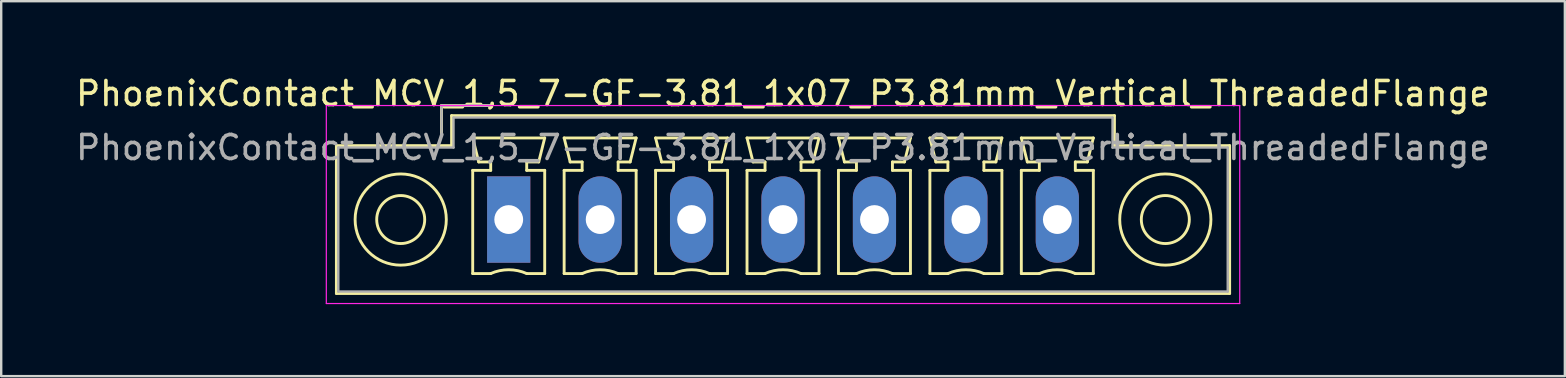
<source format=kicad_pcb>
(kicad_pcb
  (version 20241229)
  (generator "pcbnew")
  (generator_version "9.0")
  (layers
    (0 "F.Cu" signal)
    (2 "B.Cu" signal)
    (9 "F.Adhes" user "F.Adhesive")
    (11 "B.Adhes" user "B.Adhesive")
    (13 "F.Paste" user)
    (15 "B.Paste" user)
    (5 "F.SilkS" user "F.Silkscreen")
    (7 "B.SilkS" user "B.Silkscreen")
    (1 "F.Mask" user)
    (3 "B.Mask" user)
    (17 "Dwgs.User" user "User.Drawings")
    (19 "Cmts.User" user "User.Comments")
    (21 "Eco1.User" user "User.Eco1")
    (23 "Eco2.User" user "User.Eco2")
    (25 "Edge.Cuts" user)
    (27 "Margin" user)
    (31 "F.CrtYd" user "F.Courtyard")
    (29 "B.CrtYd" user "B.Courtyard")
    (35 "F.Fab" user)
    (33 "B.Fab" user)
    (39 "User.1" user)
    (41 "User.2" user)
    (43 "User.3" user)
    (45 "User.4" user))
  (footprint "PhoenixContact_MCV_1,5_7-GF-3.81_1x07_P3.81mm_Vertical_ThreadedFlange"
    (layer "F.Cu")
    (at 18.147 6.098)
    (property "Reference" "PhoenixContact_MCV_1,5_7-GF-3.81_1x07_P3.81mm_Vertical_ThreadedFlange" (at 11.43 -5.25 0) (layer "F.SilkS") (effects (font (size 1 1) (thickness 0.15))))
    (attr through_hole)
    (fp_line (start -7.18 -3.08) (end -7.18 3.08) (stroke (width 0.12) (type solid)) (layer "F.SilkS"))
    (fp_line (start -7.18 3.08) (end 30.04 3.08) (stroke (width 0.12) (type solid)) (layer "F.SilkS"))
    (fp_line (start -2.8 -4.75) (end -0.8 -4.75) (stroke (width 0.12) (type solid)) (layer "F.SilkS"))
    (fp_line (start -2.8 -3.5) (end -2.8 -4.75) (stroke (width 0.12) (type solid)) (layer "F.SilkS"))
    (fp_line (start -2.38 -4.33) (end -2.38 -3.08) (stroke (width 0.12) (type solid)) (layer "F.SilkS"))
    (fp_line (start -2.38 -3.08) (end -7.18 -3.08) (stroke (width 0.12) (type solid)) (layer "F.SilkS"))
    (fp_line (start -1.5 -3.4) (end 1.5 -3.4) (stroke (width 0.12) (type solid)) (layer "F.SilkS"))
    (fp_line (start -1.5 -2.05) (end -0.75 -2.05) (stroke (width 0.12) (type solid)) (layer "F.SilkS"))
    (fp_line (start -1.5 2.25) (end -1.5 -2.05) (stroke (width 0.12) (type solid)) (layer "F.SilkS"))
    (fp_line (start -1.25 -2.4) (end -1.5 -3.4) (stroke (width 0.12) (type solid)) (layer "F.SilkS"))
    (fp_line (start -0.75 -2.4) (end -1.25 -2.4) (stroke (width 0.12) (type solid)) (layer "F.SilkS"))
    (fp_line (start -0.75 -2.05) (end -0.75 -2.4) (stroke (width 0.12) (type solid)) (layer "F.SilkS"))
    (fp_line (start -0.75 2.25) (end -1.5 2.25) (stroke (width 0.12) (type solid)) (layer "F.SilkS"))
    (fp_line (start 0.75 -2.4) (end 0.75 -2.05) (stroke (width 0.12) (type solid)) (layer "F.SilkS"))
    (fp_line (start 0.75 -2.05) (end 1.5 -2.05) (stroke (width 0.12) (type solid)) (layer "F.SilkS"))
    (fp_line (start 1.25 -2.4) (end 0.75 -2.4) (stroke (width 0.12) (type solid)) (layer "F.SilkS"))
    (fp_line (start 1.5 -3.4) (end 1.25 -2.4) (stroke (width 0.12) (type solid)) (layer "F.SilkS"))
    (fp_line (start 1.5 -2.05) (end 1.5 2.25) (stroke (width 0.12) (type solid)) (layer "F.SilkS"))
    (fp_line (start 1.5 2.25) (end 0.75 2.25) (stroke (width 0.12) (type solid)) (layer "F.SilkS"))
    (fp_line (start 2.31 -3.4) (end 5.31 -3.4) (stroke (width 0.12) (type solid)) (layer "F.SilkS"))
    (fp_line (start 2.31 -2.05) (end 3.06 -2.05) (stroke (width 0.12) (type solid)) (layer "F.SilkS"))
    (fp_line (start 2.31 2.25) (end 2.31 -2.05) (stroke (width 0.12) (type solid)) (layer "F.SilkS"))
    (fp_line (start 2.56 -2.4) (end 2.31 -3.4) (stroke (width 0.12) (type solid)) (layer "F.SilkS"))
    (fp_line (start 3.06 -2.4) (end 2.56 -2.4) (stroke (width 0.12) (type solid)) (layer "F.SilkS"))
    (fp_line (start 3.06 -2.05) (end 3.06 -2.4) (stroke (width 0.12) (type solid)) (layer "F.SilkS"))
    (fp_line (start 3.06 2.25) (end 2.31 2.25) (stroke (width 0.12) (type solid)) (layer "F.SilkS"))
    (fp_line (start 4.56 -2.4) (end 4.56 -2.05) (stroke (width 0.12) (type solid)) (layer "F.SilkS"))
    (fp_line (start 4.56 -2.05) (end 5.31 -2.05) (stroke (width 0.12) (type solid)) (layer "F.SilkS"))
    (fp_line (start 5.06 -2.4) (end 4.56 -2.4) (stroke (width 0.12) (type solid)) (layer "F.SilkS"))
    (fp_line (start 5.31 -3.4) (end 5.06 -2.4) (stroke (width 0.12) (type solid)) (layer "F.SilkS"))
    (fp_line (start 5.31 -2.05) (end 5.31 2.25) (stroke (width 0.12) (type solid)) (layer "F.SilkS"))
    (fp_line (start 5.31 2.25) (end 4.56 2.25) (stroke (width 0.12) (type solid)) (layer "F.SilkS"))
    (fp_line (start 6.12 -3.4) (end 9.12 -3.4) (stroke (width 0.12) (type solid)) (layer "F.SilkS"))
    (fp_line (start 6.12 -2.05) (end 6.87 -2.05) (stroke (width 0.12) (type solid)) (layer "F.SilkS"))
    (fp_line (start 6.12 2.25) (end 6.12 -2.05) (stroke (width 0.12) (type solid)) (layer "F.SilkS"))
    (fp_line (start 6.37 -2.4) (end 6.12 -3.4) (stroke (width 0.12) (type solid)) (layer "F.SilkS"))
    (fp_line (start 6.87 -2.4) (end 6.37 -2.4) (stroke (width 0.12) (type solid)) (layer "F.SilkS"))
    (fp_line (start 6.87 -2.05) (end 6.87 -2.4) (stroke (width 0.12) (type solid)) (layer "F.SilkS"))
    (fp_line (start 6.87 2.25) (end 6.12 2.25) (stroke (width 0.12) (type solid)) (layer "F.SilkS"))
    (fp_line (start 8.37 -2.4) (end 8.37 -2.05) (stroke (width 0.12) (type solid)) (layer "F.SilkS"))
    (fp_line (start 8.37 -2.05) (end 9.12 -2.05) (stroke (width 0.12) (type solid)) (layer "F.SilkS"))
    (fp_line (start 8.87 -2.4) (end 8.37 -2.4) (stroke (width 0.12) (type solid)) (layer "F.SilkS"))
    (fp_line (start 9.12 -3.4) (end 8.87 -2.4) (stroke (width 0.12) (type solid)) (layer "F.SilkS"))
    (fp_line (start 9.12 -2.05) (end 9.12 2.25) (stroke (width 0.12) (type solid)) (layer "F.SilkS"))
    (fp_line (start 9.12 2.25) (end 8.37 2.25) (stroke (width 0.12) (type solid)) (layer "F.SilkS"))
    (fp_line (start 9.93 -3.4) (end 12.93 -3.4) (stroke (width 0.12) (type solid)) (layer "F.SilkS"))
    (fp_line (start 9.93 -2.05) (end 10.68 -2.05) (stroke (width 0.12) (type solid)) (layer "F.SilkS"))
    (fp_line (start 9.93 2.25) (end 9.93 -2.05) (stroke (width 0.12) (type solid)) (layer "F.SilkS"))
    (fp_line (start 10.18 -2.4) (end 9.93 -3.4) (stroke (width 0.12) (type solid)) (layer "F.SilkS"))
    (fp_line (start 10.68 -2.4) (end 10.18 -2.4) (stroke (width 0.12) (type solid)) (layer "F.SilkS"))
    (fp_line (start 10.68 -2.05) (end 10.68 -2.4) (stroke (width 0.12) (type solid)) (layer "F.SilkS"))
    (fp_line (start 10.68 2.25) (end 9.93 2.25) (stroke (width 0.12) (type solid)) (layer "F.SilkS"))
    (fp_line (start 12.18 -2.4) (end 12.18 -2.05) (stroke (width 0.12) (type solid)) (layer "F.SilkS"))
    (fp_line (start 12.18 -2.05) (end 12.93 -2.05) (stroke (width 0.12) (type solid)) (layer "F.SilkS"))
    (fp_line (start 12.68 -2.4) (end 12.18 -2.4) (stroke (width 0.12) (type solid)) (layer "F.SilkS"))
    (fp_line (start 12.93 -3.4) (end 12.68 -2.4) (stroke (width 0.12) (type solid)) (layer "F.SilkS"))
    (fp_line (start 12.93 -2.05) (end 12.93 2.25) (stroke (width 0.12) (type solid)) (layer "F.SilkS"))
    (fp_line (start 12.93 2.25) (end 12.18 2.25) (stroke (width 0.12) (type solid)) (layer "F.SilkS"))
    (fp_line (start 13.74 -3.4) (end 16.74 -3.4) (stroke (width 0.12) (type solid)) (layer "F.SilkS"))
    (fp_line (start 13.74 -2.05) (end 14.49 -2.05) (stroke (width 0.12) (type solid)) (layer "F.SilkS"))
    (fp_line (start 13.74 2.25) (end 13.74 -2.05) (stroke (width 0.12) (type solid)) (layer "F.SilkS"))
    (fp_line (start 13.99 -2.4) (end 13.74 -3.4) (stroke (width 0.12) (type solid)) (layer "F.SilkS"))
    (fp_line (start 14.49 -2.4) (end 13.99 -2.4) (stroke (width 0.12) (type solid)) (layer "F.SilkS"))
    (fp_line (start 14.49 -2.05) (end 14.49 -2.4) (stroke (width 0.12) (type solid)) (layer "F.SilkS"))
    (fp_line (start 14.49 2.25) (end 13.74 2.25) (stroke (width 0.12) (type solid)) (layer "F.SilkS"))
    (fp_line (start 15.99 -2.4) (end 15.99 -2.05) (stroke (width 0.12) (type solid)) (layer "F.SilkS"))
    (fp_line (start 15.99 -2.05) (end 16.74 -2.05) (stroke (width 0.12) (type solid)) (layer "F.SilkS"))
    (fp_line (start 16.49 -2.4) (end 15.99 -2.4) (stroke (width 0.12) (type solid)) (layer "F.SilkS"))
    (fp_line (start 16.74 -3.4) (end 16.49 -2.4) (stroke (width 0.12) (type solid)) (layer "F.SilkS"))
    (fp_line (start 16.74 -2.05) (end 16.74 2.25) (stroke (width 0.12) (type solid)) (layer "F.SilkS"))
    (fp_line (start 16.74 2.25) (end 15.99 2.25) (stroke (width 0.12) (type solid)) (layer "F.SilkS"))
    (fp_line (start 17.55 -3.4) (end 20.55 -3.4) (stroke (width 0.12) (type solid)) (layer "F.SilkS"))
    (fp_line (start 17.55 -2.05) (end 18.3 -2.05) (stroke (width 0.12) (type solid)) (layer "F.SilkS"))
    (fp_line (start 17.55 2.25) (end 17.55 -2.05) (stroke (width 0.12) (type solid)) (layer "F.SilkS"))
    (fp_line (start 17.8 -2.4) (end 17.55 -3.4) (stroke (width 0.12) (type solid)) (layer "F.SilkS"))
    (fp_line (start 18.3 -2.4) (end 17.8 -2.4) (stroke (width 0.12) (type solid)) (layer "F.SilkS"))
    (fp_line (start 18.3 -2.05) (end 18.3 -2.4) (stroke (width 0.12) (type solid)) (layer "F.SilkS"))
    (fp_line (start 18.3 2.25) (end 17.55 2.25) (stroke (width 0.12) (type solid)) (layer "F.SilkS"))
    (fp_line (start 19.8 -2.4) (end 19.8 -2.05) (stroke (width 0.12) (type solid)) (layer "F.SilkS"))
    (fp_line (start 19.8 -2.05) (end 20.55 -2.05) (stroke (width 0.12) (type solid)) (layer "F.SilkS"))
    (fp_line (start 20.3 -2.4) (end 19.8 -2.4) (stroke (width 0.12) (type solid)) (layer "F.SilkS"))
    (fp_line (start 20.55 -3.4) (end 20.3 -2.4) (stroke (width 0.12) (type solid)) (layer "F.SilkS"))
    (fp_line (start 20.55 -2.05) (end 20.55 2.25) (stroke (width 0.12) (type solid)) (layer "F.SilkS"))
    (fp_line (start 20.55 2.25) (end 19.8 2.25) (stroke (width 0.12) (type solid)) (layer "F.SilkS"))
    (fp_line (start 21.36 -3.4) (end 24.36 -3.4) (stroke (width 0.12) (type solid)) (layer "F.SilkS"))
    (fp_line (start 21.36 -2.05) (end 22.11 -2.05) (stroke (width 0.12) (type solid)) (layer "F.SilkS"))
    (fp_line (start 21.36 2.25) (end 21.36 -2.05) (stroke (width 0.12) (type solid)) (layer "F.SilkS"))
    (fp_line (start 21.61 -2.4) (end 21.36 -3.4) (stroke (width 0.12) (type solid)) (layer "F.SilkS"))
    (fp_line (start 22.11 -2.4) (end 21.61 -2.4) (stroke (width 0.12) (type solid)) (layer "F.SilkS"))
    (fp_line (start 22.11 -2.05) (end 22.11 -2.4) (stroke (width 0.12) (type solid)) (layer "F.SilkS"))
    (fp_line (start 22.11 2.25) (end 21.36 2.25) (stroke (width 0.12) (type solid)) (layer "F.SilkS"))
    (fp_line (start 23.61 -2.4) (end 23.61 -2.05) (stroke (width 0.12) (type solid)) (layer "F.SilkS"))
    (fp_line (start 23.61 -2.05) (end 24.36 -2.05) (stroke (width 0.12) (type solid)) (layer "F.SilkS"))
    (fp_line (start 24.11 -2.4) (end 23.61 -2.4) (stroke (width 0.12) (type solid)) (layer "F.SilkS"))
    (fp_line (start 24.36 -3.4) (end 24.11 -2.4) (stroke (width 0.12) (type solid)) (layer "F.SilkS"))
    (fp_line (start 24.36 -2.05) (end 24.36 2.25) (stroke (width 0.12) (type solid)) (layer "F.SilkS"))
    (fp_line (start 24.36 2.25) (end 23.61 2.25) (stroke (width 0.12) (type solid)) (layer "F.SilkS"))
    (fp_line (start 25.24 -4.33) (end -2.38 -4.33) (stroke (width 0.12) (type solid)) (layer "F.SilkS"))
    (fp_line (start 25.24 -3.08) (end 25.24 -4.33) (stroke (width 0.12) (type solid)) (layer "F.SilkS"))
    (fp_line (start 30.04 -3.08) (end 25.24 -3.08) (stroke (width 0.12) (type solid)) (layer "F.SilkS"))
    (fp_line (start 30.04 3.08) (end 30.04 -3.08) (stroke (width 0.12) (type solid)) (layer "F.SilkS"))
    (fp_arc (start -0.75 2.25) (mid -0.000193 2.09191) (end 0.749647 2.249844) (stroke (width 0.12) (type solid)) (layer "F.SilkS"))
    (fp_arc (start 3.06 2.25) (mid 3.809807 2.09191) (end 4.559647 2.249844) (stroke (width 0.12) (type solid)) (layer "F.SilkS"))
    (fp_arc (start 6.87 2.25) (mid 7.619807 2.09191) (end 8.369647 2.249844) (stroke (width 0.12) (type solid)) (layer "F.SilkS"))
    (fp_arc (start 10.68 2.25) (mid 11.429807 2.09191) (end 12.179647 2.249844) (stroke (width 0.12) (type solid)) (layer "F.SilkS"))
    (fp_arc (start 14.49 2.25) (mid 15.239807 2.09191) (end 15.989647 2.249844) (stroke (width 0.12) (type solid)) (layer "F.SilkS"))
    (fp_arc (start 18.3 2.25) (mid 19.049807 2.09191) (end 19.799647 2.249844) (stroke (width 0.12) (type solid)) (layer "F.SilkS"))
    (fp_arc (start 22.11 2.25) (mid 22.859807 2.09191) (end 23.609647 2.249844) (stroke (width 0.12) (type solid)) (layer "F.SilkS"))
    (fp_circle (center -4.5 0) (end -3.5 0) (stroke (width 0.12) (type solid)) (fill no) (layer "F.SilkS"))
    (fp_circle (center -4.5 0) (end -2.6 0) (stroke (width 0.12) (type solid)) (fill no) (layer "F.SilkS"))
    (fp_circle (center 27.36 0) (end 28.36 0) (stroke (width 0.12) (type solid)) (fill no) (layer "F.SilkS"))
    (fp_circle (center 27.36 0) (end 29.26 0) (stroke (width 0.12) (type solid)) (fill no) (layer "F.SilkS"))
    (fp_line (start -7.6 -4.75) (end -7.6 3.5) (stroke (width 0.05) (type solid)) (layer "F.CrtYd"))
    (fp_line (start -7.6 3.5) (end 30.46 3.5) (stroke (width 0.05) (type solid)) (layer "F.CrtYd"))
    (fp_line (start 30.46 -4.75) (end -7.6 -4.75) (stroke (width 0.05) (type solid)) (layer "F.CrtYd"))
    (fp_line (start 30.46 3.5) (end 30.46 -4.75) (stroke (width 0.05) (type solid)) (layer "F.CrtYd"))
    (fp_line (start -7.1 -3) (end -7.1 3) (stroke (width 0.1) (type solid)) (layer "F.Fab"))
    (fp_line (start -7.1 3) (end 29.96 3) (stroke (width 0.1) (type solid)) (layer "F.Fab"))
    (fp_line (start -2.8 -4.75) (end -0.8 -4.75) (stroke (width 0.1) (type solid)) (layer "F.Fab"))
    (fp_line (start -2.8 -3.5) (end -2.8 -4.75) (stroke (width 0.1) (type solid)) (layer "F.Fab"))
    (fp_line (start -2.3 -4.25) (end -2.3 -3) (stroke (width 0.1) (type solid)) (layer "F.Fab"))
    (fp_line (start -2.3 -3) (end -7.1 -3) (stroke (width 0.1) (type solid)) (layer "F.Fab"))
    (fp_line (start 25.16 -4.25) (end -2.3 -4.25) (stroke (width 0.1) (type solid)) (layer "F.Fab"))
    (fp_line (start 25.16 -3) (end 25.16 -4.25) (stroke (width 0.1) (type solid)) (layer "F.Fab"))
    (fp_line (start 29.96 -3) (end 25.16 -3) (stroke (width 0.1) (type solid)) (layer "F.Fab"))
    (fp_line (start 29.96 3) (end 29.96 -3) (stroke (width 0.1) (type solid)) (layer "F.Fab"))
    (fp_text user "${REFERENCE}" (at 11.43 -3 0) (layer "F.Fab") (effects (font (size 1 1) (thickness 0.15))))
    (pad "1" thru_hole rect (at 0 0) (size 1.8 3.6) (drill 1.2) (layers "*.Cu" "*.Mask"))
    (pad "2" thru_hole oval (at 3.81 0) (size 1.8 3.6) (drill 1.2) (layers "*.Cu" "*.Mask"))
    (pad "3" thru_hole oval (at 7.62 0) (size 1.8 3.6) (drill 1.2) (layers "*.Cu" "*.Mask"))
    (pad "4" thru_hole oval (at 11.43 0) (size 1.8 3.6) (drill 1.2) (layers "*.Cu" "*.Mask"))
    (pad "5" thru_hole oval (at 15.24 0) (size 1.8 3.6) (drill 1.2) (layers "*.Cu" "*.Mask"))
    (pad "6" thru_hole oval (at 19.05 0) (size 1.8 3.6) (drill 1.2) (layers "*.Cu" "*.Mask"))
    (pad "7" thru_hole oval (at 22.86 0) (size 1.8 3.6) (drill 1.2) (layers "*.Cu" "*.Mask")))
  (gr_rect
    (start -3 -3)
    (end 62.155 12.623)
    (stroke (width 0.1) (type default))
    (fill no)
    (layer "Edge.Cuts")))
</source>
